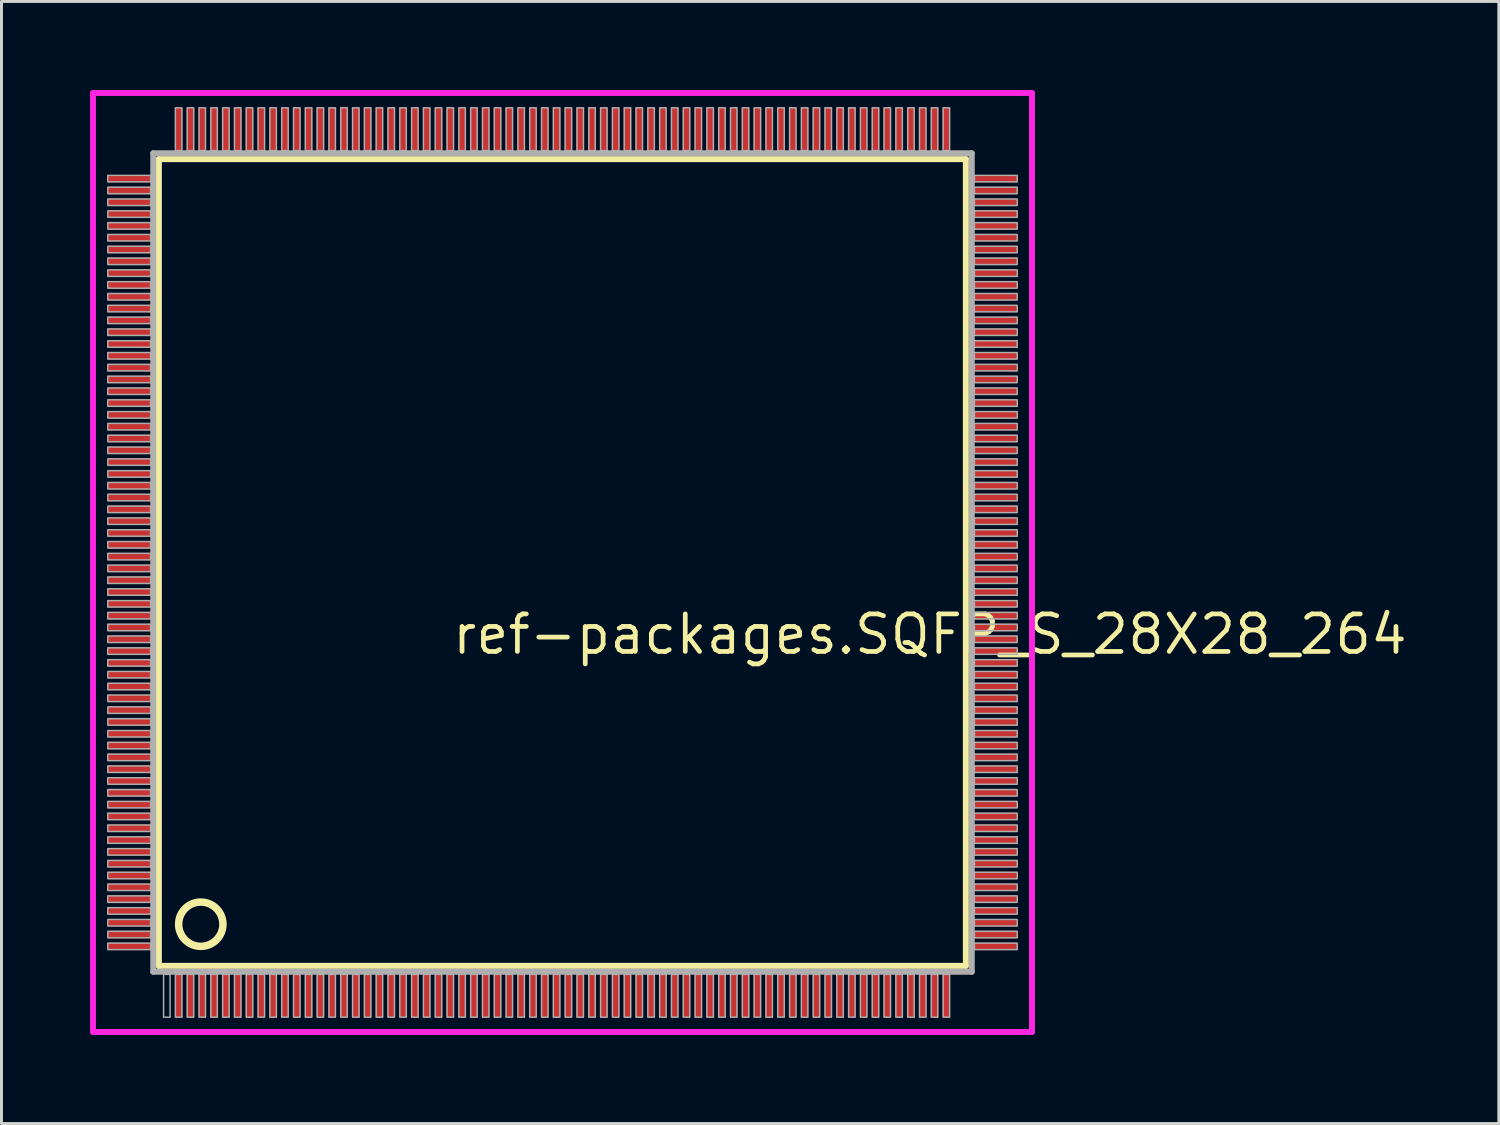
<source format=kicad_pcb>
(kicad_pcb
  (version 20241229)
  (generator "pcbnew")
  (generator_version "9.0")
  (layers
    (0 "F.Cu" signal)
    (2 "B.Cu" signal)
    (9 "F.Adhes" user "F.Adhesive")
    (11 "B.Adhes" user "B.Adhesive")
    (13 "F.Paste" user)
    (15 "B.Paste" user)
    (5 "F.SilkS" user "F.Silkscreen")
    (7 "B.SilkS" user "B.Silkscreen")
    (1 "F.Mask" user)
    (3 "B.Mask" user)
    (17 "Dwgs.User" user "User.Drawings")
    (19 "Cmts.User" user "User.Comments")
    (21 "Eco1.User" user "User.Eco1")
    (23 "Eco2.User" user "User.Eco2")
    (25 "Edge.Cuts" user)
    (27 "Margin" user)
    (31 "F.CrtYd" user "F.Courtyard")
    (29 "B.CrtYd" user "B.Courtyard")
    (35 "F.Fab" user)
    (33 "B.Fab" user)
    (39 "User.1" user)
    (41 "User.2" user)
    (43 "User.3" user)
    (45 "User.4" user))
  (footprint "ref-packages.SQFP_S_28X28_264"
    (layer "F.Cu")
    (at 16 16)
    (property "Reference" "ref-packages.SQFP_S_28X28_264" (at -3.81 3.175 0) (layer "F.SilkS") (effects (font (size 1.27 1.27) (thickness 0.16)) (justify left bottom)))
    (attr smd)
    (fp_line (start -13.67 -13.66) (end 13.66 -13.66) (stroke (width 0.203) (type default)) (layer "F.SilkS"))
    (fp_line (start -13.67 13.66) (end -13.67 -13.66) (stroke (width 0.203) (type default)) (layer "F.SilkS"))
    (fp_line (start 13.66 -13.66) (end 13.66 13.66) (stroke (width 0.203) (type default)) (layer "F.SilkS"))
    (fp_line (start 13.66 13.66) (end -13.67 13.66) (stroke (width 0.203) (type default)) (layer "F.SilkS"))
    (fp_circle (center -12.25 12.25) (end -11.5 12.25) (stroke (width 0.254) (type default)) (fill no) (layer "F.SilkS"))
    (fp_line (start -15.9 -15.9) (end 15.9 -15.9) (stroke (width 0.2) (type default)) (layer "F.CrtYd"))
    (fp_line (start -15.9 15.9) (end -15.9 -15.9) (stroke (width 0.2) (type default)) (layer "F.CrtYd"))
    (fp_line (start 15.9 -15.9) (end 15.9 15.9) (stroke (width 0.2) (type default)) (layer "F.CrtYd"))
    (fp_line (start 15.9 15.9) (end -15.9 15.9) (stroke (width 0.2) (type default)) (layer "F.CrtYd"))
    (fp_line (start -13.86 -13.86) (end -13.86 13.86) (stroke (width 0.203) (type default)) (layer "F.Fab"))
    (fp_line (start -13.86 13.86) (end 13.86 13.86) (stroke (width 0.203) (type default)) (layer "F.Fab"))
    (fp_line (start 13.86 -13.86) (end -13.86 -13.86) (stroke (width 0.203) (type default)) (layer "F.Fab"))
    (fp_line (start 13.86 13.86) (end 13.86 -13.86) (stroke (width 0.203) (type default)) (layer "F.Fab"))
    (fp_rect (start -15.4 -12.89) (end -13.95 -13.11) (stroke (width 0.05) (type default)) (fill no) (layer "F.Fab"))
    (fp_rect (start -15.4 -12.49) (end -13.95 -12.71) (stroke (width 0.05) (type default)) (fill no) (layer "F.Fab"))
    (fp_rect (start -15.4 -12.09) (end -13.95 -12.31) (stroke (width 0.05) (type default)) (fill no) (layer "F.Fab"))
    (fp_rect (start -15.4 -11.69) (end -13.95 -11.91) (stroke (width 0.05) (type default)) (fill no) (layer "F.Fab"))
    (fp_rect (start -15.4 -11.29) (end -13.95 -11.51) (stroke (width 0.05) (type default)) (fill no) (layer "F.Fab"))
    (fp_rect (start -15.4 -10.89) (end -13.95 -11.11) (stroke (width 0.05) (type default)) (fill no) (layer "F.Fab"))
    (fp_rect (start -15.4 -10.49) (end -13.95 -10.71) (stroke (width 0.05) (type default)) (fill no) (layer "F.Fab"))
    (fp_rect (start -15.4 -10.09) (end -13.95 -10.31) (stroke (width 0.05) (type default)) (fill no) (layer "F.Fab"))
    (fp_rect (start -15.4 -9.69) (end -13.95 -9.91) (stroke (width 0.05) (type default)) (fill no) (layer "F.Fab"))
    (fp_rect (start -15.4 -9.29) (end -13.95 -9.51) (stroke (width 0.05) (type default)) (fill no) (layer "F.Fab"))
    (fp_rect (start -15.4 -8.89) (end -13.95 -9.11) (stroke (width 0.05) (type default)) (fill no) (layer "F.Fab"))
    (fp_rect (start -15.4 -8.49) (end -13.95 -8.71) (stroke (width 0.05) (type default)) (fill no) (layer "F.Fab"))
    (fp_rect (start -15.4 -8.09) (end -13.95 -8.31) (stroke (width 0.05) (type default)) (fill no) (layer "F.Fab"))
    (fp_rect (start -15.4 -7.69) (end -13.95 -7.91) (stroke (width 0.05) (type default)) (fill no) (layer "F.Fab"))
    (fp_rect (start -15.4 -7.29) (end -13.95 -7.51) (stroke (width 0.05) (type default)) (fill no) (layer "F.Fab"))
    (fp_rect (start -15.4 -6.89) (end -13.95 -7.11) (stroke (width 0.05) (type default)) (fill no) (layer "F.Fab"))
    (fp_rect (start -15.4 -6.49) (end -13.95 -6.71) (stroke (width 0.05) (type default)) (fill no) (layer "F.Fab"))
    (fp_rect (start -15.4 -6.09) (end -13.95 -6.31) (stroke (width 0.05) (type default)) (fill no) (layer "F.Fab"))
    (fp_rect (start -15.4 -5.69) (end -13.95 -5.91) (stroke (width 0.05) (type default)) (fill no) (layer "F.Fab"))
    (fp_rect (start -15.4 -5.29) (end -13.95 -5.51) (stroke (width 0.05) (type default)) (fill no) (layer "F.Fab"))
    (fp_rect (start -15.4 -4.89) (end -13.95 -5.11) (stroke (width 0.05) (type default)) (fill no) (layer "F.Fab"))
    (fp_rect (start -15.4 -4.49) (end -13.95 -4.71) (stroke (width 0.05) (type default)) (fill no) (layer "F.Fab"))
    (fp_rect (start -15.4 -4.09) (end -13.95 -4.31) (stroke (width 0.05) (type default)) (fill no) (layer "F.Fab"))
    (fp_rect (start -15.4 -3.69) (end -13.95 -3.91) (stroke (width 0.05) (type default)) (fill no) (layer "F.Fab"))
    (fp_rect (start -15.4 -3.29) (end -13.95 -3.51) (stroke (width 0.05) (type default)) (fill no) (layer "F.Fab"))
    (fp_rect (start -15.4 -2.89) (end -13.95 -3.11) (stroke (width 0.05) (type default)) (fill no) (layer "F.Fab"))
    (fp_rect (start -15.4 -2.49) (end -13.95 -2.71) (stroke (width 0.05) (type default)) (fill no) (layer "F.Fab"))
    (fp_rect (start -15.4 -2.09) (end -13.95 -2.31) (stroke (width 0.05) (type default)) (fill no) (layer "F.Fab"))
    (fp_rect (start -15.4 -1.69) (end -13.95 -1.91) (stroke (width 0.05) (type default)) (fill no) (layer "F.Fab"))
    (fp_rect (start -15.4 -1.29) (end -13.95 -1.51) (stroke (width 0.05) (type default)) (fill no) (layer "F.Fab"))
    (fp_rect (start -15.4 -0.89) (end -13.95 -1.11) (stroke (width 0.05) (type default)) (fill no) (layer "F.Fab"))
    (fp_rect (start -15.4 -0.49) (end -13.95 -0.71) (stroke (width 0.05) (type default)) (fill no) (layer "F.Fab"))
    (fp_rect (start -15.4 -0.09) (end -13.95 -0.31) (stroke (width 0.05) (type default)) (fill no) (layer "F.Fab"))
    (fp_rect (start -15.4 0.31) (end -13.95 0.09) (stroke (width 0.05) (type default)) (fill no) (layer "F.Fab"))
    (fp_rect (start -15.4 0.71) (end -13.95 0.49) (stroke (width 0.05) (type default)) (fill no) (layer "F.Fab"))
    (fp_rect (start -15.4 1.11) (end -13.95 0.89) (stroke (width 0.05) (type default)) (fill no) (layer "F.Fab"))
    (fp_rect (start -15.4 1.51) (end -13.95 1.29) (stroke (width 0.05) (type default)) (fill no) (layer "F.Fab"))
    (fp_rect (start -15.4 1.91) (end -13.95 1.69) (stroke (width 0.05) (type default)) (fill no) (layer "F.Fab"))
    (fp_rect (start -15.4 2.31) (end -13.95 2.09) (stroke (width 0.05) (type default)) (fill no) (layer "F.Fab"))
    (fp_rect (start -15.4 2.71) (end -13.95 2.49) (stroke (width 0.05) (type default)) (fill no) (layer "F.Fab"))
    (fp_rect (start -15.4 3.11) (end -13.95 2.89) (stroke (width 0.05) (type default)) (fill no) (layer "F.Fab"))
    (fp_rect (start -15.4 3.51) (end -13.95 3.29) (stroke (width 0.05) (type default)) (fill no) (layer "F.Fab"))
    (fp_rect (start -15.4 3.91) (end -13.95 3.69) (stroke (width 0.05) (type default)) (fill no) (layer "F.Fab"))
    (fp_rect (start -15.4 4.31) (end -13.95 4.09) (stroke (width 0.05) (type default)) (fill no) (layer "F.Fab"))
    (fp_rect (start -15.4 4.71) (end -13.95 4.49) (stroke (width 0.05) (type default)) (fill no) (layer "F.Fab"))
    (fp_rect (start -15.4 5.11) (end -13.95 4.89) (stroke (width 0.05) (type default)) (fill no) (layer "F.Fab"))
    (fp_rect (start -15.4 5.51) (end -13.95 5.29) (stroke (width 0.05) (type default)) (fill no) (layer "F.Fab"))
    (fp_rect (start -15.4 5.91) (end -13.95 5.69) (stroke (width 0.05) (type default)) (fill no) (layer "F.Fab"))
    (fp_rect (start -15.4 6.31) (end -13.95 6.09) (stroke (width 0.05) (type default)) (fill no) (layer "F.Fab"))
    (fp_rect (start -15.4 6.71) (end -13.95 6.49) (stroke (width 0.05) (type default)) (fill no) (layer "F.Fab"))
    (fp_rect (start -15.4 7.11) (end -13.95 6.89) (stroke (width 0.05) (type default)) (fill no) (layer "F.Fab"))
    (fp_rect (start -15.4 7.51) (end -13.95 7.29) (stroke (width 0.05) (type default)) (fill no) (layer "F.Fab"))
    (fp_rect (start -15.4 7.91) (end -13.95 7.69) (stroke (width 0.05) (type default)) (fill no) (layer "F.Fab"))
    (fp_rect (start -15.4 8.31) (end -13.95 8.09) (stroke (width 0.05) (type default)) (fill no) (layer "F.Fab"))
    (fp_rect (start -15.4 8.71) (end -13.95 8.49) (stroke (width 0.05) (type default)) (fill no) (layer "F.Fab"))
    (fp_rect (start -15.4 9.11) (end -13.95 8.89) (stroke (width 0.05) (type default)) (fill no) (layer "F.Fab"))
    (fp_rect (start -15.4 9.51) (end -13.95 9.29) (stroke (width 0.05) (type default)) (fill no) (layer "F.Fab"))
    (fp_rect (start -15.4 9.91) (end -13.95 9.69) (stroke (width 0.05) (type default)) (fill no) (layer "F.Fab"))
    (fp_rect (start -15.4 10.31) (end -13.95 10.09) (stroke (width 0.05) (type default)) (fill no) (layer "F.Fab"))
    (fp_rect (start -15.4 10.71) (end -13.95 10.49) (stroke (width 0.05) (type default)) (fill no) (layer "F.Fab"))
    (fp_rect (start -15.4 11.11) (end -13.95 10.89) (stroke (width 0.05) (type default)) (fill no) (layer "F.Fab"))
    (fp_rect (start -15.4 11.51) (end -13.95 11.29) (stroke (width 0.05) (type default)) (fill no) (layer "F.Fab"))
    (fp_rect (start -15.4 11.91) (end -13.95 11.69) (stroke (width 0.05) (type default)) (fill no) (layer "F.Fab"))
    (fp_rect (start -15.4 12.31) (end -13.95 12.09) (stroke (width 0.05) (type default)) (fill no) (layer "F.Fab"))
    (fp_rect (start -15.4 12.71) (end -13.95 12.49) (stroke (width 0.05) (type default)) (fill no) (layer "F.Fab"))
    (fp_rect (start -15.4 13.11) (end -13.95 12.89) (stroke (width 0.05) (type default)) (fill no) (layer "F.Fab"))
    (fp_rect (start -13.51 15.4) (end -13.29 13.95) (stroke (width 0.05) (type default)) (fill no) (layer "F.Fab"))
    (fp_rect (start -13.11 -13.95) (end -12.89 -15.4) (stroke (width 0.05) (type default)) (fill no) (layer "F.Fab"))
    (fp_rect (start -13.11 15.4) (end -12.89 13.95) (stroke (width 0.05) (type default)) (fill no) (layer "F.Fab"))
    (fp_rect (start -12.71 -13.95) (end -12.49 -15.4) (stroke (width 0.05) (type default)) (fill no) (layer "F.Fab"))
    (fp_rect (start -12.71 15.4) (end -12.49 13.95) (stroke (width 0.05) (type default)) (fill no) (layer "F.Fab"))
    (fp_rect (start -12.31 -13.95) (end -12.09 -15.4) (stroke (width 0.05) (type default)) (fill no) (layer "F.Fab"))
    (fp_rect (start -12.31 15.4) (end -12.09 13.95) (stroke (width 0.05) (type default)) (fill no) (layer "F.Fab"))
    (fp_rect (start -11.91 -13.95) (end -11.69 -15.4) (stroke (width 0.05) (type default)) (fill no) (layer "F.Fab"))
    (fp_rect (start -11.91 15.4) (end -11.69 13.95) (stroke (width 0.05) (type default)) (fill no) (layer "F.Fab"))
    (fp_rect (start -11.51 -13.95) (end -11.29 -15.4) (stroke (width 0.05) (type default)) (fill no) (layer "F.Fab"))
    (fp_rect (start -11.51 15.4) (end -11.29 13.95) (stroke (width 0.05) (type default)) (fill no) (layer "F.Fab"))
    (fp_rect (start -11.11 -13.95) (end -10.89 -15.4) (stroke (width 0.05) (type default)) (fill no) (layer "F.Fab"))
    (fp_rect (start -11.11 15.4) (end -10.89 13.95) (stroke (width 0.05) (type default)) (fill no) (layer "F.Fab"))
    (fp_rect (start -10.71 -13.95) (end -10.49 -15.4) (stroke (width 0.05) (type default)) (fill no) (layer "F.Fab"))
    (fp_rect (start -10.71 15.4) (end -10.49 13.95) (stroke (width 0.05) (type default)) (fill no) (layer "F.Fab"))
    (fp_rect (start -10.31 -13.95) (end -10.09 -15.4) (stroke (width 0.05) (type default)) (fill no) (layer "F.Fab"))
    (fp_rect (start -10.31 15.4) (end -10.09 13.95) (stroke (width 0.05) (type default)) (fill no) (layer "F.Fab"))
    (fp_rect (start -9.91 -13.95) (end -9.69 -15.4) (stroke (width 0.05) (type default)) (fill no) (layer "F.Fab"))
    (fp_rect (start -9.91 15.4) (end -9.69 13.95) (stroke (width 0.05) (type default)) (fill no) (layer "F.Fab"))
    (fp_rect (start -9.51 -13.95) (end -9.29 -15.4) (stroke (width 0.05) (type default)) (fill no) (layer "F.Fab"))
    (fp_rect (start -9.51 15.4) (end -9.29 13.95) (stroke (width 0.05) (type default)) (fill no) (layer "F.Fab"))
    (fp_rect (start -9.11 -13.95) (end -8.89 -15.4) (stroke (width 0.05) (type default)) (fill no) (layer "F.Fab"))
    (fp_rect (start -9.11 15.4) (end -8.89 13.95) (stroke (width 0.05) (type default)) (fill no) (layer "F.Fab"))
    (fp_rect (start -8.71 -13.95) (end -8.49 -15.4) (stroke (width 0.05) (type default)) (fill no) (layer "F.Fab"))
    (fp_rect (start -8.71 15.4) (end -8.49 13.95) (stroke (width 0.05) (type default)) (fill no) (layer "F.Fab"))
    (fp_rect (start -8.31 -13.95) (end -8.09 -15.4) (stroke (width 0.05) (type default)) (fill no) (layer "F.Fab"))
    (fp_rect (start -8.31 15.4) (end -8.09 13.95) (stroke (width 0.05) (type default)) (fill no) (layer "F.Fab"))
    (fp_rect (start -7.91 -13.95) (end -7.69 -15.4) (stroke (width 0.05) (type default)) (fill no) (layer "F.Fab"))
    (fp_rect (start -7.91 15.4) (end -7.69 13.95) (stroke (width 0.05) (type default)) (fill no) (layer "F.Fab"))
    (fp_rect (start -7.51 -13.95) (end -7.29 -15.4) (stroke (width 0.05) (type default)) (fill no) (layer "F.Fab"))
    (fp_rect (start -7.51 15.4) (end -7.29 13.95) (stroke (width 0.05) (type default)) (fill no) (layer "F.Fab"))
    (fp_rect (start -7.11 -13.95) (end -6.89 -15.4) (stroke (width 0.05) (type default)) (fill no) (layer "F.Fab"))
    (fp_rect (start -7.11 15.4) (end -6.89 13.95) (stroke (width 0.05) (type default)) (fill no) (layer "F.Fab"))
    (fp_rect (start -6.71 -13.95) (end -6.49 -15.4) (stroke (width 0.05) (type default)) (fill no) (layer "F.Fab"))
    (fp_rect (start -6.71 15.4) (end -6.49 13.95) (stroke (width 0.05) (type default)) (fill no) (layer "F.Fab"))
    (fp_rect (start -6.31 -13.95) (end -6.09 -15.4) (stroke (width 0.05) (type default)) (fill no) (layer "F.Fab"))
    (fp_rect (start -6.31 15.4) (end -6.09 13.95) (stroke (width 0.05) (type default)) (fill no) (layer "F.Fab"))
    (fp_rect (start -5.91 -13.95) (end -5.69 -15.4) (stroke (width 0.05) (type default)) (fill no) (layer "F.Fab"))
    (fp_rect (start -5.91 15.4) (end -5.69 13.95) (stroke (width 0.05) (type default)) (fill no) (layer "F.Fab"))
    (fp_rect (start -5.51 -13.95) (end -5.29 -15.4) (stroke (width 0.05) (type default)) (fill no) (layer "F.Fab"))
    (fp_rect (start -5.51 15.4) (end -5.29 13.95) (stroke (width 0.05) (type default)) (fill no) (layer "F.Fab"))
    (fp_rect (start -5.11 -13.95) (end -4.89 -15.4) (stroke (width 0.05) (type default)) (fill no) (layer "F.Fab"))
    (fp_rect (start -5.11 15.4) (end -4.89 13.95) (stroke (width 0.05) (type default)) (fill no) (layer "F.Fab"))
    (fp_rect (start -4.71 -13.95) (end -4.49 -15.4) (stroke (width 0.05) (type default)) (fill no) (layer "F.Fab"))
    (fp_rect (start -4.71 15.4) (end -4.49 13.95) (stroke (width 0.05) (type default)) (fill no) (layer "F.Fab"))
    (fp_rect (start -4.31 -13.95) (end -4.09 -15.4) (stroke (width 0.05) (type default)) (fill no) (layer "F.Fab"))
    (fp_rect (start -4.31 15.4) (end -4.09 13.95) (stroke (width 0.05) (type default)) (fill no) (layer "F.Fab"))
    (fp_rect (start -3.91 -13.95) (end -3.69 -15.4) (stroke (width 0.05) (type default)) (fill no) (layer "F.Fab"))
    (fp_rect (start -3.91 15.4) (end -3.69 13.95) (stroke (width 0.05) (type default)) (fill no) (layer "F.Fab"))
    (fp_rect (start -3.51 -13.95) (end -3.29 -15.4) (stroke (width 0.05) (type default)) (fill no) (layer "F.Fab"))
    (fp_rect (start -3.51 15.4) (end -3.29 13.95) (stroke (width 0.05) (type default)) (fill no) (layer "F.Fab"))
    (fp_rect (start -3.11 -13.95) (end -2.89 -15.4) (stroke (width 0.05) (type default)) (fill no) (layer "F.Fab"))
    (fp_rect (start -3.11 15.4) (end -2.89 13.95) (stroke (width 0.05) (type default)) (fill no) (layer "F.Fab"))
    (fp_rect (start -2.71 -13.95) (end -2.49 -15.4) (stroke (width 0.05) (type default)) (fill no) (layer "F.Fab"))
    (fp_rect (start -2.71 15.4) (end -2.49 13.95) (stroke (width 0.05) (type default)) (fill no) (layer "F.Fab"))
    (fp_rect (start -2.31 -13.95) (end -2.09 -15.4) (stroke (width 0.05) (type default)) (fill no) (layer "F.Fab"))
    (fp_rect (start -2.31 15.4) (end -2.09 13.95) (stroke (width 0.05) (type default)) (fill no) (layer "F.Fab"))
    (fp_rect (start -1.91 -13.95) (end -1.69 -15.4) (stroke (width 0.05) (type default)) (fill no) (layer "F.Fab"))
    (fp_rect (start -1.91 15.4) (end -1.69 13.95) (stroke (width 0.05) (type default)) (fill no) (layer "F.Fab"))
    (fp_rect (start -1.51 -13.95) (end -1.29 -15.4) (stroke (width 0.05) (type default)) (fill no) (layer "F.Fab"))
    (fp_rect (start -1.51 15.4) (end -1.29 13.95) (stroke (width 0.05) (type default)) (fill no) (layer "F.Fab"))
    (fp_rect (start -1.11 -13.95) (end -0.89 -15.4) (stroke (width 0.05) (type default)) (fill no) (layer "F.Fab"))
    (fp_rect (start -1.11 15.4) (end -0.89 13.95) (stroke (width 0.05) (type default)) (fill no) (layer "F.Fab"))
    (fp_rect (start -0.71 -13.95) (end -0.49 -15.4) (stroke (width 0.05) (type default)) (fill no) (layer "F.Fab"))
    (fp_rect (start -0.71 15.4) (end -0.49 13.95) (stroke (width 0.05) (type default)) (fill no) (layer "F.Fab"))
    (fp_rect (start -0.31 -13.95) (end -0.09 -15.4) (stroke (width 0.05) (type default)) (fill no) (layer "F.Fab"))
    (fp_rect (start -0.31 15.4) (end -0.09 13.95) (stroke (width 0.05) (type default)) (fill no) (layer "F.Fab"))
    (fp_rect (start 0.09 -13.95) (end 0.31 -15.4) (stroke (width 0.05) (type default)) (fill no) (layer "F.Fab"))
    (fp_rect (start 0.09 15.4) (end 0.31 13.95) (stroke (width 0.05) (type default)) (fill no) (layer "F.Fab"))
    (fp_rect (start 0.49 -13.95) (end 0.71 -15.4) (stroke (width 0.05) (type default)) (fill no) (layer "F.Fab"))
    (fp_rect (start 0.49 15.4) (end 0.71 13.95) (stroke (width 0.05) (type default)) (fill no) (layer "F.Fab"))
    (fp_rect (start 0.89 -13.95) (end 1.11 -15.4) (stroke (width 0.05) (type default)) (fill no) (layer "F.Fab"))
    (fp_rect (start 0.89 15.4) (end 1.11 13.95) (stroke (width 0.05) (type default)) (fill no) (layer "F.Fab"))
    (fp_rect (start 1.29 -13.95) (end 1.51 -15.4) (stroke (width 0.05) (type default)) (fill no) (layer "F.Fab"))
    (fp_rect (start 1.29 15.4) (end 1.51 13.95) (stroke (width 0.05) (type default)) (fill no) (layer "F.Fab"))
    (fp_rect (start 1.69 -13.95) (end 1.91 -15.4) (stroke (width 0.05) (type default)) (fill no) (layer "F.Fab"))
    (fp_rect (start 1.69 15.4) (end 1.91 13.95) (stroke (width 0.05) (type default)) (fill no) (layer "F.Fab"))
    (fp_rect (start 2.09 -13.95) (end 2.31 -15.4) (stroke (width 0.05) (type default)) (fill no) (layer "F.Fab"))
    (fp_rect (start 2.09 15.4) (end 2.31 13.95) (stroke (width 0.05) (type default)) (fill no) (layer "F.Fab"))
    (fp_rect (start 2.49 -13.95) (end 2.71 -15.4) (stroke (width 0.05) (type default)) (fill no) (layer "F.Fab"))
    (fp_rect (start 2.49 15.4) (end 2.71 13.95) (stroke (width 0.05) (type default)) (fill no) (layer "F.Fab"))
    (fp_rect (start 2.89 -13.95) (end 3.11 -15.4) (stroke (width 0.05) (type default)) (fill no) (layer "F.Fab"))
    (fp_rect (start 2.89 15.4) (end 3.11 13.95) (stroke (width 0.05) (type default)) (fill no) (layer "F.Fab"))
    (fp_rect (start 3.29 -13.95) (end 3.51 -15.4) (stroke (width 0.05) (type default)) (fill no) (layer "F.Fab"))
    (fp_rect (start 3.29 15.4) (end 3.51 13.95) (stroke (width 0.05) (type default)) (fill no) (layer "F.Fab"))
    (fp_rect (start 3.69 -13.95) (end 3.91 -15.4) (stroke (width 0.05) (type default)) (fill no) (layer "F.Fab"))
    (fp_rect (start 3.69 15.4) (end 3.91 13.95) (stroke (width 0.05) (type default)) (fill no) (layer "F.Fab"))
    (fp_rect (start 4.09 -13.95) (end 4.31 -15.4) (stroke (width 0.05) (type default)) (fill no) (layer "F.Fab"))
    (fp_rect (start 4.09 15.4) (end 4.31 13.95) (stroke (width 0.05) (type default)) (fill no) (layer "F.Fab"))
    (fp_rect (start 4.49 -13.95) (end 4.71 -15.4) (stroke (width 0.05) (type default)) (fill no) (layer "F.Fab"))
    (fp_rect (start 4.49 15.4) (end 4.71 13.95) (stroke (width 0.05) (type default)) (fill no) (layer "F.Fab"))
    (fp_rect (start 4.89 -13.95) (end 5.11 -15.4) (stroke (width 0.05) (type default)) (fill no) (layer "F.Fab"))
    (fp_rect (start 4.89 15.4) (end 5.11 13.95) (stroke (width 0.05) (type default)) (fill no) (layer "F.Fab"))
    (fp_rect (start 5.29 -13.95) (end 5.51 -15.4) (stroke (width 0.05) (type default)) (fill no) (layer "F.Fab"))
    (fp_rect (start 5.29 15.4) (end 5.51 13.95) (stroke (width 0.05) (type default)) (fill no) (layer "F.Fab"))
    (fp_rect (start 5.69 -13.95) (end 5.91 -15.4) (stroke (width 0.05) (type default)) (fill no) (layer "F.Fab"))
    (fp_rect (start 5.69 15.4) (end 5.91 13.95) (stroke (width 0.05) (type default)) (fill no) (layer "F.Fab"))
    (fp_rect (start 6.09 -13.95) (end 6.31 -15.4) (stroke (width 0.05) (type default)) (fill no) (layer "F.Fab"))
    (fp_rect (start 6.09 15.4) (end 6.31 13.95) (stroke (width 0.05) (type default)) (fill no) (layer "F.Fab"))
    (fp_rect (start 6.49 -13.95) (end 6.71 -15.4) (stroke (width 0.05) (type default)) (fill no) (layer "F.Fab"))
    (fp_rect (start 6.49 15.4) (end 6.71 13.95) (stroke (width 0.05) (type default)) (fill no) (layer "F.Fab"))
    (fp_rect (start 6.89 -13.95) (end 7.11 -15.4) (stroke (width 0.05) (type default)) (fill no) (layer "F.Fab"))
    (fp_rect (start 6.89 15.4) (end 7.11 13.95) (stroke (width 0.05) (type default)) (fill no) (layer "F.Fab"))
    (fp_rect (start 7.29 -13.95) (end 7.51 -15.4) (stroke (width 0.05) (type default)) (fill no) (layer "F.Fab"))
    (fp_rect (start 7.29 15.4) (end 7.51 13.95) (stroke (width 0.05) (type default)) (fill no) (layer "F.Fab"))
    (fp_rect (start 7.69 -13.95) (end 7.91 -15.4) (stroke (width 0.05) (type default)) (fill no) (layer "F.Fab"))
    (fp_rect (start 7.69 15.4) (end 7.91 13.95) (stroke (width 0.05) (type default)) (fill no) (layer "F.Fab"))
    (fp_rect (start 8.09 -13.95) (end 8.31 -15.4) (stroke (width 0.05) (type default)) (fill no) (layer "F.Fab"))
    (fp_rect (start 8.09 15.4) (end 8.31 13.95) (stroke (width 0.05) (type default)) (fill no) (layer "F.Fab"))
    (fp_rect (start 8.49 -13.95) (end 8.71 -15.4) (stroke (width 0.05) (type default)) (fill no) (layer "F.Fab"))
    (fp_rect (start 8.49 15.4) (end 8.71 13.95) (stroke (width 0.05) (type default)) (fill no) (layer "F.Fab"))
    (fp_rect (start 8.89 -13.95) (end 9.11 -15.4) (stroke (width 0.05) (type default)) (fill no) (layer "F.Fab"))
    (fp_rect (start 8.89 15.4) (end 9.11 13.95) (stroke (width 0.05) (type default)) (fill no) (layer "F.Fab"))
    (fp_rect (start 9.29 -13.95) (end 9.51 -15.4) (stroke (width 0.05) (type default)) (fill no) (layer "F.Fab"))
    (fp_rect (start 9.29 15.4) (end 9.51 13.95) (stroke (width 0.05) (type default)) (fill no) (layer "F.Fab"))
    (fp_rect (start 9.69 -13.95) (end 9.91 -15.4) (stroke (width 0.05) (type default)) (fill no) (layer "F.Fab"))
    (fp_rect (start 9.69 15.4) (end 9.91 13.95) (stroke (width 0.05) (type default)) (fill no) (layer "F.Fab"))
    (fp_rect (start 10.09 -13.95) (end 10.31 -15.4) (stroke (width 0.05) (type default)) (fill no) (layer "F.Fab"))
    (fp_rect (start 10.09 15.4) (end 10.31 13.95) (stroke (width 0.05) (type default)) (fill no) (layer "F.Fab"))
    (fp_rect (start 10.49 -13.95) (end 10.71 -15.4) (stroke (width 0.05) (type default)) (fill no) (layer "F.Fab"))
    (fp_rect (start 10.49 15.4) (end 10.71 13.95) (stroke (width 0.05) (type default)) (fill no) (layer "F.Fab"))
    (fp_rect (start 10.89 -13.95) (end 11.11 -15.4) (stroke (width 0.05) (type default)) (fill no) (layer "F.Fab"))
    (fp_rect (start 10.89 15.4) (end 11.11 13.95) (stroke (width 0.05) (type default)) (fill no) (layer "F.Fab"))
    (fp_rect (start 11.29 -13.95) (end 11.51 -15.4) (stroke (width 0.05) (type default)) (fill no) (layer "F.Fab"))
    (fp_rect (start 11.29 15.4) (end 11.51 13.95) (stroke (width 0.05) (type default)) (fill no) (layer "F.Fab"))
    (fp_rect (start 11.69 -13.95) (end 11.91 -15.4) (stroke (width 0.05) (type default)) (fill no) (layer "F.Fab"))
    (fp_rect (start 11.69 15.4) (end 11.91 13.95) (stroke (width 0.05) (type default)) (fill no) (layer "F.Fab"))
    (fp_rect (start 12.09 -13.95) (end 12.31 -15.4) (stroke (width 0.05) (type default)) (fill no) (layer "F.Fab"))
    (fp_rect (start 12.09 15.4) (end 12.31 13.95) (stroke (width 0.05) (type default)) (fill no) (layer "F.Fab"))
    (fp_rect (start 12.49 -13.95) (end 12.71 -15.4) (stroke (width 0.05) (type default)) (fill no) (layer "F.Fab"))
    (fp_rect (start 12.49 15.4) (end 12.71 13.95) (stroke (width 0.05) (type default)) (fill no) (layer "F.Fab"))
    (fp_rect (start 12.89 -13.95) (end 13.11 -15.4) (stroke (width 0.05) (type default)) (fill no) (layer "F.Fab"))
    (fp_rect (start 12.89 15.4) (end 13.11 13.95) (stroke (width 0.05) (type default)) (fill no) (layer "F.Fab"))
    (fp_rect (start 13.95 -12.89) (end 15.4 -13.11) (stroke (width 0.05) (type default)) (fill no) (layer "F.Fab"))
    (fp_rect (start 13.95 -12.49) (end 15.4 -12.71) (stroke (width 0.05) (type default)) (fill no) (layer "F.Fab"))
    (fp_rect (start 13.95 -12.09) (end 15.4 -12.31) (stroke (width 0.05) (type default)) (fill no) (layer "F.Fab"))
    (fp_rect (start 13.95 -11.69) (end 15.4 -11.91) (stroke (width 0.05) (type default)) (fill no) (layer "F.Fab"))
    (fp_rect (start 13.95 -11.29) (end 15.4 -11.51) (stroke (width 0.05) (type default)) (fill no) (layer "F.Fab"))
    (fp_rect (start 13.95 -10.89) (end 15.4 -11.11) (stroke (width 0.05) (type default)) (fill no) (layer "F.Fab"))
    (fp_rect (start 13.95 -10.49) (end 15.4 -10.71) (stroke (width 0.05) (type default)) (fill no) (layer "F.Fab"))
    (fp_rect (start 13.95 -10.09) (end 15.4 -10.31) (stroke (width 0.05) (type default)) (fill no) (layer "F.Fab"))
    (fp_rect (start 13.95 -9.69) (end 15.4 -9.91) (stroke (width 0.05) (type default)) (fill no) (layer "F.Fab"))
    (fp_rect (start 13.95 -9.29) (end 15.4 -9.51) (stroke (width 0.05) (type default)) (fill no) (layer "F.Fab"))
    (fp_rect (start 13.95 -8.89) (end 15.4 -9.11) (stroke (width 0.05) (type default)) (fill no) (layer "F.Fab"))
    (fp_rect (start 13.95 -8.49) (end 15.4 -8.71) (stroke (width 0.05) (type default)) (fill no) (layer "F.Fab"))
    (fp_rect (start 13.95 -8.09) (end 15.4 -8.31) (stroke (width 0.05) (type default)) (fill no) (layer "F.Fab"))
    (fp_rect (start 13.95 -7.69) (end 15.4 -7.91) (stroke (width 0.05) (type default)) (fill no) (layer "F.Fab"))
    (fp_rect (start 13.95 -7.29) (end 15.4 -7.51) (stroke (width 0.05) (type default)) (fill no) (layer "F.Fab"))
    (fp_rect (start 13.95 -6.89) (end 15.4 -7.11) (stroke (width 0.05) (type default)) (fill no) (layer "F.Fab"))
    (fp_rect (start 13.95 -6.49) (end 15.4 -6.71) (stroke (width 0.05) (type default)) (fill no) (layer "F.Fab"))
    (fp_rect (start 13.95 -6.09) (end 15.4 -6.31) (stroke (width 0.05) (type default)) (fill no) (layer "F.Fab"))
    (fp_rect (start 13.95 -5.69) (end 15.4 -5.91) (stroke (width 0.05) (type default)) (fill no) (layer "F.Fab"))
    (fp_rect (start 13.95 -5.29) (end 15.4 -5.51) (stroke (width 0.05) (type default)) (fill no) (layer "F.Fab"))
    (fp_rect (start 13.95 -4.89) (end 15.4 -5.11) (stroke (width 0.05) (type default)) (fill no) (layer "F.Fab"))
    (fp_rect (start 13.95 -4.49) (end 15.4 -4.71) (stroke (width 0.05) (type default)) (fill no) (layer "F.Fab"))
    (fp_rect (start 13.95 -4.09) (end 15.4 -4.31) (stroke (width 0.05) (type default)) (fill no) (layer "F.Fab"))
    (fp_rect (start 13.95 -3.69) (end 15.4 -3.91) (stroke (width 0.05) (type default)) (fill no) (layer "F.Fab"))
    (fp_rect (start 13.95 -3.29) (end 15.4 -3.51) (stroke (width 0.05) (type default)) (fill no) (layer "F.Fab"))
    (fp_rect (start 13.95 -2.89) (end 15.4 -3.11) (stroke (width 0.05) (type default)) (fill no) (layer "F.Fab"))
    (fp_rect (start 13.95 -2.49) (end 15.4 -2.71) (stroke (width 0.05) (type default)) (fill no) (layer "F.Fab"))
    (fp_rect (start 13.95 -2.09) (end 15.4 -2.31) (stroke (width 0.05) (type default)) (fill no) (layer "F.Fab"))
    (fp_rect (start 13.95 -1.69) (end 15.4 -1.91) (stroke (width 0.05) (type default)) (fill no) (layer "F.Fab"))
    (fp_rect (start 13.95 -1.29) (end 15.4 -1.51) (stroke (width 0.05) (type default)) (fill no) (layer "F.Fab"))
    (fp_rect (start 13.95 -0.89) (end 15.4 -1.11) (stroke (width 0.05) (type default)) (fill no) (layer "F.Fab"))
    (fp_rect (start 13.95 -0.49) (end 15.4 -0.71) (stroke (width 0.05) (type default)) (fill no) (layer "F.Fab"))
    (fp_rect (start 13.95 -0.09) (end 15.4 -0.31) (stroke (width 0.05) (type default)) (fill no) (layer "F.Fab"))
    (fp_rect (start 13.95 0.31) (end 15.4 0.09) (stroke (width 0.05) (type default)) (fill no) (layer "F.Fab"))
    (fp_rect (start 13.95 0.71) (end 15.4 0.49) (stroke (width 0.05) (type default)) (fill no) (layer "F.Fab"))
    (fp_rect (start 13.95 1.11) (end 15.4 0.89) (stroke (width 0.05) (type default)) (fill no) (layer "F.Fab"))
    (fp_rect (start 13.95 1.51) (end 15.4 1.29) (stroke (width 0.05) (type default)) (fill no) (layer "F.Fab"))
    (fp_rect (start 13.95 1.91) (end 15.4 1.69) (stroke (width 0.05) (type default)) (fill no) (layer "F.Fab"))
    (fp_rect (start 13.95 2.31) (end 15.4 2.09) (stroke (width 0.05) (type default)) (fill no) (layer "F.Fab"))
    (fp_rect (start 13.95 2.71) (end 15.4 2.49) (stroke (width 0.05) (type default)) (fill no) (layer "F.Fab"))
    (fp_rect (start 13.95 3.11) (end 15.4 2.89) (stroke (width 0.05) (type default)) (fill no) (layer "F.Fab"))
    (fp_rect (start 13.95 3.51) (end 15.4 3.29) (stroke (width 0.05) (type default)) (fill no) (layer "F.Fab"))
    (fp_rect (start 13.95 3.91) (end 15.4 3.69) (stroke (width 0.05) (type default)) (fill no) (layer "F.Fab"))
    (fp_rect (start 13.95 4.31) (end 15.4 4.09) (stroke (width 0.05) (type default)) (fill no) (layer "F.Fab"))
    (fp_rect (start 13.95 4.71) (end 15.4 4.49) (stroke (width 0.05) (type default)) (fill no) (layer "F.Fab"))
    (fp_rect (start 13.95 5.11) (end 15.4 4.89) (stroke (width 0.05) (type default)) (fill no) (layer "F.Fab"))
    (fp_rect (start 13.95 5.51) (end 15.4 5.29) (stroke (width 0.05) (type default)) (fill no) (layer "F.Fab"))
    (fp_rect (start 13.95 5.91) (end 15.4 5.69) (stroke (width 0.05) (type default)) (fill no) (layer "F.Fab"))
    (fp_rect (start 13.95 6.31) (end 15.4 6.09) (stroke (width 0.05) (type default)) (fill no) (layer "F.Fab"))
    (fp_rect (start 13.95 6.71) (end 15.4 6.49) (stroke (width 0.05) (type default)) (fill no) (layer "F.Fab"))
    (fp_rect (start 13.95 7.11) (end 15.4 6.89) (stroke (width 0.05) (type default)) (fill no) (layer "F.Fab"))
    (fp_rect (start 13.95 7.51) (end 15.4 7.29) (stroke (width 0.05) (type default)) (fill no) (layer "F.Fab"))
    (fp_rect (start 13.95 7.91) (end 15.4 7.69) (stroke (width 0.05) (type default)) (fill no) (layer "F.Fab"))
    (fp_rect (start 13.95 8.31) (end 15.4 8.09) (stroke (width 0.05) (type default)) (fill no) (layer "F.Fab"))
    (fp_rect (start 13.95 8.71) (end 15.4 8.49) (stroke (width 0.05) (type default)) (fill no) (layer "F.Fab"))
    (fp_rect (start 13.95 9.11) (end 15.4 8.89) (stroke (width 0.05) (type default)) (fill no) (layer "F.Fab"))
    (fp_rect (start 13.95 9.51) (end 15.4 9.29) (stroke (width 0.05) (type default)) (fill no) (layer "F.Fab"))
    (fp_rect (start 13.95 9.91) (end 15.4 9.69) (stroke (width 0.05) (type default)) (fill no) (layer "F.Fab"))
    (fp_rect (start 13.95 10.31) (end 15.4 10.09) (stroke (width 0.05) (type default)) (fill no) (layer "F.Fab"))
    (fp_rect (start 13.95 10.71) (end 15.4 10.49) (stroke (width 0.05) (type default)) (fill no) (layer "F.Fab"))
    (fp_rect (start 13.95 11.11) (end 15.4 10.89) (stroke (width 0.05) (type default)) (fill no) (layer "F.Fab"))
    (fp_rect (start 13.95 11.51) (end 15.4 11.29) (stroke (width 0.05) (type default)) (fill no) (layer "F.Fab"))
    (fp_rect (start 13.95 11.91) (end 15.4 11.69) (stroke (width 0.05) (type default)) (fill no) (layer "F.Fab"))
    (fp_rect (start 13.95 12.31) (end 15.4 12.09) (stroke (width 0.05) (type default)) (fill no) (layer "F.Fab"))
    (fp_rect (start 13.95 12.71) (end 15.4 12.49) (stroke (width 0.05) (type default)) (fill no) (layer "F.Fab"))
    (fp_rect (start 13.95 13.11) (end 15.4 12.89) (stroke (width 0.05) (type default)) (fill no) (layer "F.Fab"))
    (pad "1" smd roundrect (at -13 14.6) (size 0.25 1.6) (layers "F.Cu" "F.Mask" "F.Paste") (roundrect_rratio 0.01))
    (pad "2" smd roundrect (at -12.6 14.6) (size 0.25 1.6) (layers "F.Cu" "F.Mask" "F.Paste") (roundrect_rratio 0.01))
    (pad "3" smd roundrect (at -12.2 14.6) (size 0.25 1.6) (layers "F.Cu" "F.Mask" "F.Paste") (roundrect_rratio 0.01))
    (pad "4" smd roundrect (at -11.8 14.6) (size 0.25 1.6) (layers "F.Cu" "F.Mask" "F.Paste") (roundrect_rratio 0.01))
    (pad "5" smd roundrect (at -11.4 14.6) (size 0.25 1.6) (layers "F.Cu" "F.Mask" "F.Paste") (roundrect_rratio 0.01))
    (pad "6" smd roundrect (at -11 14.6) (size 0.25 1.6) (layers "F.Cu" "F.Mask" "F.Paste") (roundrect_rratio 0.01))
    (pad "7" smd roundrect (at -10.6 14.6) (size 0.25 1.6) (layers "F.Cu" "F.Mask" "F.Paste") (roundrect_rratio 0.01))
    (pad "8" smd roundrect (at -10.2 14.6) (size 0.25 1.6) (layers "F.Cu" "F.Mask" "F.Paste") (roundrect_rratio 0.01))
    (pad "9" smd roundrect (at -9.8 14.6) (size 0.25 1.6) (layers "F.Cu" "F.Mask" "F.Paste") (roundrect_rratio 0.01))
    (pad "10" smd roundrect (at -9.4 14.6) (size 0.25 1.6) (layers "F.Cu" "F.Mask" "F.Paste") (roundrect_rratio 0.01))
    (pad "11" smd roundrect (at -9 14.6) (size 0.25 1.6) (layers "F.Cu" "F.Mask" "F.Paste") (roundrect_rratio 0.01))
    (pad "12" smd roundrect (at -8.6 14.6) (size 0.25 1.6) (layers "F.Cu" "F.Mask" "F.Paste") (roundrect_rratio 0.01))
    (pad "13" smd roundrect (at -8.2 14.6) (size 0.25 1.6) (layers "F.Cu" "F.Mask" "F.Paste") (roundrect_rratio 0.01))
    (pad "14" smd roundrect (at -7.8 14.6) (size 0.25 1.6) (layers "F.Cu" "F.Mask" "F.Paste") (roundrect_rratio 0.01))
    (pad "15" smd roundrect (at -7.4 14.6) (size 0.25 1.6) (layers "F.Cu" "F.Mask" "F.Paste") (roundrect_rratio 0.01))
    (pad "16" smd roundrect (at -7 14.6) (size 0.25 1.6) (layers "F.Cu" "F.Mask" "F.Paste") (roundrect_rratio 0.01))
    (pad "17" smd roundrect (at -6.6 14.6) (size 0.25 1.6) (layers "F.Cu" "F.Mask" "F.Paste") (roundrect_rratio 0.01))
    (pad "18" smd roundrect (at -6.2 14.6) (size 0.25 1.6) (layers "F.Cu" "F.Mask" "F.Paste") (roundrect_rratio 0.01))
    (pad "19" smd roundrect (at -5.8 14.6) (size 0.25 1.6) (layers "F.Cu" "F.Mask" "F.Paste") (roundrect_rratio 0.01))
    (pad "20" smd roundrect (at -5.4 14.6) (size 0.25 1.6) (layers "F.Cu" "F.Mask" "F.Paste") (roundrect_rratio 0.01))
    (pad "21" smd roundrect (at -5 14.6) (size 0.25 1.6) (layers "F.Cu" "F.Mask" "F.Paste") (roundrect_rratio 0.01))
    (pad "22" smd roundrect (at -4.6 14.6) (size 0.25 1.6) (layers "F.Cu" "F.Mask" "F.Paste") (roundrect_rratio 0.01))
    (pad "23" smd roundrect (at -4.2 14.6) (size 0.25 1.6) (layers "F.Cu" "F.Mask" "F.Paste") (roundrect_rratio 0.01))
    (pad "24" smd roundrect (at -3.8 14.6) (size 0.25 1.6) (layers "F.Cu" "F.Mask" "F.Paste") (roundrect_rratio 0.01))
    (pad "25" smd roundrect (at -3.4 14.6) (size 0.25 1.6) (layers "F.Cu" "F.Mask" "F.Paste") (roundrect_rratio 0.01))
    (pad "26" smd roundrect (at -3 14.6) (size 0.25 1.6) (layers "F.Cu" "F.Mask" "F.Paste") (roundrect_rratio 0.01))
    (pad "27" smd roundrect (at -2.6 14.6) (size 0.25 1.6) (layers "F.Cu" "F.Mask" "F.Paste") (roundrect_rratio 0.01))
    (pad "28" smd roundrect (at -2.2 14.6) (size 0.25 1.6) (layers "F.Cu" "F.Mask" "F.Paste") (roundrect_rratio 0.01))
    (pad "29" smd roundrect (at -1.8 14.6) (size 0.25 1.6) (layers "F.Cu" "F.Mask" "F.Paste") (roundrect_rratio 0.01))
    (pad "30" smd roundrect (at -1.4 14.6) (size 0.25 1.6) (layers "F.Cu" "F.Mask" "F.Paste") (roundrect_rratio 0.01))
    (pad "31" smd roundrect (at -1 14.6) (size 0.25 1.6) (layers "F.Cu" "F.Mask" "F.Paste") (roundrect_rratio 0.01))
    (pad "32" smd roundrect (at -0.6 14.6) (size 0.25 1.6) (layers "F.Cu" "F.Mask" "F.Paste") (roundrect_rratio 0.01))
    (pad "33" smd roundrect (at -0.2 14.6) (size 0.25 1.6) (layers "F.Cu" "F.Mask" "F.Paste") (roundrect_rratio 0.01))
    (pad "34" smd roundrect (at 0.2 14.6) (size 0.25 1.6) (layers "F.Cu" "F.Mask" "F.Paste") (roundrect_rratio 0.01))
    (pad "35" smd roundrect (at 0.6 14.6) (size 0.25 1.6) (layers "F.Cu" "F.Mask" "F.Paste") (roundrect_rratio 0.01))
    (pad "36" smd roundrect (at 1 14.6) (size 0.25 1.6) (layers "F.Cu" "F.Mask" "F.Paste") (roundrect_rratio 0.01))
    (pad "37" smd roundrect (at 1.4 14.6) (size 0.25 1.6) (layers "F.Cu" "F.Mask" "F.Paste") (roundrect_rratio 0.01))
    (pad "38" smd roundrect (at 1.8 14.6) (size 0.25 1.6) (layers "F.Cu" "F.Mask" "F.Paste") (roundrect_rratio 0.01))
    (pad "39" smd roundrect (at 2.2 14.6) (size 0.25 1.6) (layers "F.Cu" "F.Mask" "F.Paste") (roundrect_rratio 0.01))
    (pad "40" smd roundrect (at 2.6 14.6) (size 0.25 1.6) (layers "F.Cu" "F.Mask" "F.Paste") (roundrect_rratio 0.01))
    (pad "41" smd roundrect (at 3 14.6) (size 0.25 1.6) (layers "F.Cu" "F.Mask" "F.Paste") (roundrect_rratio 0.01))
    (pad "42" smd roundrect (at 3.4 14.6) (size 0.25 1.6) (layers "F.Cu" "F.Mask" "F.Paste") (roundrect_rratio 0.01))
    (pad "43" smd roundrect (at 3.8 14.6) (size 0.25 1.6) (layers "F.Cu" "F.Mask" "F.Paste") (roundrect_rratio 0.01))
    (pad "44" smd roundrect (at 4.2 14.6) (size 0.25 1.6) (layers "F.Cu" "F.Mask" "F.Paste") (roundrect_rratio 0.01))
    (pad "45" smd roundrect (at 4.6 14.6) (size 0.25 1.6) (layers "F.Cu" "F.Mask" "F.Paste") (roundrect_rratio 0.01))
    (pad "46" smd roundrect (at 5 14.6) (size 0.25 1.6) (layers "F.Cu" "F.Mask" "F.Paste") (roundrect_rratio 0.01))
    (pad "47" smd roundrect (at 5.4 14.6) (size 0.25 1.6) (layers "F.Cu" "F.Mask" "F.Paste") (roundrect_rratio 0.01))
    (pad "48" smd roundrect (at 5.8 14.6) (size 0.25 1.6) (layers "F.Cu" "F.Mask" "F.Paste") (roundrect_rratio 0.01))
    (pad "49" smd roundrect (at 6.2 14.6) (size 0.25 1.6) (layers "F.Cu" "F.Mask" "F.Paste") (roundrect_rratio 0.01))
    (pad "50" smd roundrect (at 6.6 14.6) (size 0.25 1.6) (layers "F.Cu" "F.Mask" "F.Paste") (roundrect_rratio 0.01))
    (pad "51" smd roundrect (at 7 14.6) (size 0.25 1.6) (layers "F.Cu" "F.Mask" "F.Paste") (roundrect_rratio 0.01))
    (pad "52" smd roundrect (at 7.4 14.6) (size 0.25 1.6) (layers "F.Cu" "F.Mask" "F.Paste") (roundrect_rratio 0.01))
    (pad "53" smd roundrect (at 7.8 14.6) (size 0.25 1.6) (layers "F.Cu" "F.Mask" "F.Paste") (roundrect_rratio 0.01))
    (pad "54" smd roundrect (at 8.2 14.6) (size 0.25 1.6) (layers "F.Cu" "F.Mask" "F.Paste") (roundrect_rratio 0.01))
    (pad "55" smd roundrect (at 8.6 14.6) (size 0.25 1.6) (layers "F.Cu" "F.Mask" "F.Paste") (roundrect_rratio 0.01))
    (pad "56" smd roundrect (at 9 14.6) (size 0.25 1.6) (layers "F.Cu" "F.Mask" "F.Paste") (roundrect_rratio 0.01))
    (pad "57" smd roundrect (at 9.4 14.6) (size 0.25 1.6) (layers "F.Cu" "F.Mask" "F.Paste") (roundrect_rratio 0.01))
    (pad "58" smd roundrect (at 9.8 14.6) (size 0.25 1.6) (layers "F.Cu" "F.Mask" "F.Paste") (roundrect_rratio 0.01))
    (pad "59" smd roundrect (at 10.2 14.6) (size 0.25 1.6) (layers "F.Cu" "F.Mask" "F.Paste") (roundrect_rratio 0.01))
    (pad "60" smd roundrect (at 10.6 14.6) (size 0.25 1.6) (layers "F.Cu" "F.Mask" "F.Paste") (roundrect_rratio 0.01))
    (pad "61" smd roundrect (at 11 14.6) (size 0.25 1.6) (layers "F.Cu" "F.Mask" "F.Paste") (roundrect_rratio 0.01))
    (pad "62" smd roundrect (at 11.4 14.6) (size 0.25 1.6) (layers "F.Cu" "F.Mask" "F.Paste") (roundrect_rratio 0.01))
    (pad "63" smd roundrect (at 11.8 14.6) (size 0.25 1.6) (layers "F.Cu" "F.Mask" "F.Paste") (roundrect_rratio 0.01))
    (pad "64" smd roundrect (at 12.2 14.6) (size 0.25 1.6) (layers "F.Cu" "F.Mask" "F.Paste") (roundrect_rratio 0.01))
    (pad "65" smd roundrect (at 12.6 14.6) (size 0.25 1.6) (layers "F.Cu" "F.Mask" "F.Paste") (roundrect_rratio 0.01))
    (pad "66" smd roundrect (at 13 14.6) (size 0.25 1.6) (layers "F.Cu" "F.Mask" "F.Paste") (roundrect_rratio 0.01))
    (pad "67" smd roundrect (at 14.6 13) (size 1.6 0.25) (layers "F.Cu" "F.Mask" "F.Paste") (roundrect_rratio 0.01))
    (pad "68" smd roundrect (at 14.6 12.6) (size 1.6 0.25) (layers "F.Cu" "F.Mask" "F.Paste") (roundrect_rratio 0.01))
    (pad "69" smd roundrect (at 14.6 12.2) (size 1.6 0.25) (layers "F.Cu" "F.Mask" "F.Paste") (roundrect_rratio 0.01))
    (pad "70" smd roundrect (at 14.6 11.8) (size 1.6 0.25) (layers "F.Cu" "F.Mask" "F.Paste") (roundrect_rratio 0.01))
    (pad "71" smd roundrect (at 14.6 11.4) (size 1.6 0.25) (layers "F.Cu" "F.Mask" "F.Paste") (roundrect_rratio 0.01))
    (pad "72" smd roundrect (at 14.6 11) (size 1.6 0.25) (layers "F.Cu" "F.Mask" "F.Paste") (roundrect_rratio 0.01))
    (pad "73" smd roundrect (at 14.6 10.6) (size 1.6 0.25) (layers "F.Cu" "F.Mask" "F.Paste") (roundrect_rratio 0.01))
    (pad "74" smd roundrect (at 14.6 10.2) (size 1.6 0.25) (layers "F.Cu" "F.Mask" "F.Paste") (roundrect_rratio 0.01))
    (pad "75" smd roundrect (at 14.6 9.8) (size 1.6 0.25) (layers "F.Cu" "F.Mask" "F.Paste") (roundrect_rratio 0.01))
    (pad "76" smd roundrect (at 14.6 9.4) (size 1.6 0.25) (layers "F.Cu" "F.Mask" "F.Paste") (roundrect_rratio 0.01))
    (pad "77" smd roundrect (at 14.6 9) (size 1.6 0.25) (layers "F.Cu" "F.Mask" "F.Paste") (roundrect_rratio 0.01))
    (pad "78" smd roundrect (at 14.6 8.6) (size 1.6 0.25) (layers "F.Cu" "F.Mask" "F.Paste") (roundrect_rratio 0.01))
    (pad "79" smd roundrect (at 14.6 8.2) (size 1.6 0.25) (layers "F.Cu" "F.Mask" "F.Paste") (roundrect_rratio 0.01))
    (pad "80" smd roundrect (at 14.6 7.8) (size 1.6 0.25) (layers "F.Cu" "F.Mask" "F.Paste") (roundrect_rratio 0.01))
    (pad "81" smd roundrect (at 14.6 7.4) (size 1.6 0.25) (layers "F.Cu" "F.Mask" "F.Paste") (roundrect_rratio 0.01))
    (pad "82" smd roundrect (at 14.6 7) (size 1.6 0.25) (layers "F.Cu" "F.Mask" "F.Paste") (roundrect_rratio 0.01))
    (pad "83" smd roundrect (at 14.6 6.6) (size 1.6 0.25) (layers "F.Cu" "F.Mask" "F.Paste") (roundrect_rratio 0.01))
    (pad "84" smd roundrect (at 14.6 6.2) (size 1.6 0.25) (layers "F.Cu" "F.Mask" "F.Paste") (roundrect_rratio 0.01))
    (pad "85" smd roundrect (at 14.6 5.8) (size 1.6 0.25) (layers "F.Cu" "F.Mask" "F.Paste") (roundrect_rratio 0.01))
    (pad "86" smd roundrect (at 14.6 5.4) (size 1.6 0.25) (layers "F.Cu" "F.Mask" "F.Paste") (roundrect_rratio 0.01))
    (pad "87" smd roundrect (at 14.6 5) (size 1.6 0.25) (layers "F.Cu" "F.Mask" "F.Paste") (roundrect_rratio 0.01))
    (pad "88" smd roundrect (at 14.6 4.6) (size 1.6 0.25) (layers "F.Cu" "F.Mask" "F.Paste") (roundrect_rratio 0.01))
    (pad "89" smd roundrect (at 14.6 4.2) (size 1.6 0.25) (layers "F.Cu" "F.Mask" "F.Paste") (roundrect_rratio 0.01))
    (pad "90" smd roundrect (at 14.6 3.8) (size 1.6 0.25) (layers "F.Cu" "F.Mask" "F.Paste") (roundrect_rratio 0.01))
    (pad "91" smd roundrect (at 14.6 3.4) (size 1.6 0.25) (layers "F.Cu" "F.Mask" "F.Paste") (roundrect_rratio 0.01))
    (pad "92" smd roundrect (at 14.6 3) (size 1.6 0.25) (layers "F.Cu" "F.Mask" "F.Paste") (roundrect_rratio 0.01))
    (pad "93" smd roundrect (at 14.6 2.6) (size 1.6 0.25) (layers "F.Cu" "F.Mask" "F.Paste") (roundrect_rratio 0.01))
    (pad "94" smd roundrect (at 14.6 2.2) (size 1.6 0.25) (layers "F.Cu" "F.Mask" "F.Paste") (roundrect_rratio 0.01))
    (pad "95" smd roundrect (at 14.6 1.8) (size 1.6 0.25) (layers "F.Cu" "F.Mask" "F.Paste") (roundrect_rratio 0.01))
    (pad "96" smd roundrect (at 14.6 1.4) (size 1.6 0.25) (layers "F.Cu" "F.Mask" "F.Paste") (roundrect_rratio 0.01))
    (pad "97" smd roundrect (at 14.6 1) (size 1.6 0.25) (layers "F.Cu" "F.Mask" "F.Paste") (roundrect_rratio 0.01))
    (pad "98" smd roundrect (at 14.6 0.6) (size 1.6 0.25) (layers "F.Cu" "F.Mask" "F.Paste") (roundrect_rratio 0.01))
    (pad "99" smd roundrect (at 14.6 0.2) (size 1.6 0.25) (layers "F.Cu" "F.Mask" "F.Paste") (roundrect_rratio 0.01))
    (pad "100" smd roundrect (at 14.6 -0.2) (size 1.6 0.25) (layers "F.Cu" "F.Mask" "F.Paste") (roundrect_rratio 0.01))
    (pad "101" smd roundrect (at 14.6 -0.6) (size 1.6 0.25) (layers "F.Cu" "F.Mask" "F.Paste") (roundrect_rratio 0.01))
    (pad "102" smd roundrect (at 14.6 -1) (size 1.6 0.25) (layers "F.Cu" "F.Mask" "F.Paste") (roundrect_rratio 0.01))
    (pad "103" smd roundrect (at 14.6 -1.4) (size 1.6 0.25) (layers "F.Cu" "F.Mask" "F.Paste") (roundrect_rratio 0.01))
    (pad "104" smd roundrect (at 14.6 -1.8) (size 1.6 0.25) (layers "F.Cu" "F.Mask" "F.Paste") (roundrect_rratio 0.01))
    (pad "105" smd roundrect (at 14.6 -2.2) (size 1.6 0.25) (layers "F.Cu" "F.Mask" "F.Paste") (roundrect_rratio 0.01))
    (pad "106" smd roundrect (at 14.6 -2.6) (size 1.6 0.25) (layers "F.Cu" "F.Mask" "F.Paste") (roundrect_rratio 0.01))
    (pad "107" smd roundrect (at 14.6 -3) (size 1.6 0.25) (layers "F.Cu" "F.Mask" "F.Paste") (roundrect_rratio 0.01))
    (pad "108" smd roundrect (at 14.6 -3.4) (size 1.6 0.25) (layers "F.Cu" "F.Mask" "F.Paste") (roundrect_rratio 0.01))
    (pad "109" smd roundrect (at 14.6 -3.8) (size 1.6 0.25) (layers "F.Cu" "F.Mask" "F.Paste") (roundrect_rratio 0.01))
    (pad "110" smd roundrect (at 14.6 -4.2) (size 1.6 0.25) (layers "F.Cu" "F.Mask" "F.Paste") (roundrect_rratio 0.01))
    (pad "111" smd roundrect (at 14.6 -4.6) (size 1.6 0.25) (layers "F.Cu" "F.Mask" "F.Paste") (roundrect_rratio 0.01))
    (pad "112" smd roundrect (at 14.6 -5) (size 1.6 0.25) (layers "F.Cu" "F.Mask" "F.Paste") (roundrect_rratio 0.01))
    (pad "113" smd roundrect (at 14.6 -5.4) (size 1.6 0.25) (layers "F.Cu" "F.Mask" "F.Paste") (roundrect_rratio 0.01))
    (pad "114" smd roundrect (at 14.6 -5.8) (size 1.6 0.25) (layers "F.Cu" "F.Mask" "F.Paste") (roundrect_rratio 0.01))
    (pad "115" smd roundrect (at 14.6 -6.2) (size 1.6 0.25) (layers "F.Cu" "F.Mask" "F.Paste") (roundrect_rratio 0.01))
    (pad "116" smd roundrect (at 14.6 -6.6) (size 1.6 0.25) (layers "F.Cu" "F.Mask" "F.Paste") (roundrect_rratio 0.01))
    (pad "117" smd roundrect (at 14.6 -7) (size 1.6 0.25) (layers "F.Cu" "F.Mask" "F.Paste") (roundrect_rratio 0.01))
    (pad "118" smd roundrect (at 14.6 -7.4) (size 1.6 0.25) (layers "F.Cu" "F.Mask" "F.Paste") (roundrect_rratio 0.01))
    (pad "119" smd roundrect (at 14.6 -7.8) (size 1.6 0.25) (layers "F.Cu" "F.Mask" "F.Paste") (roundrect_rratio 0.01))
    (pad "120" smd roundrect (at 14.6 -8.2) (size 1.6 0.25) (layers "F.Cu" "F.Mask" "F.Paste") (roundrect_rratio 0.01))
    (pad "121" smd roundrect (at 14.6 -8.6) (size 1.6 0.25) (layers "F.Cu" "F.Mask" "F.Paste") (roundrect_rratio 0.01))
    (pad "122" smd roundrect (at 14.6 -9) (size 1.6 0.25) (layers "F.Cu" "F.Mask" "F.Paste") (roundrect_rratio 0.01))
    (pad "123" smd roundrect (at 14.6 -9.4) (size 1.6 0.25) (layers "F.Cu" "F.Mask" "F.Paste") (roundrect_rratio 0.01))
    (pad "124" smd roundrect (at 14.6 -9.8) (size 1.6 0.25) (layers "F.Cu" "F.Mask" "F.Paste") (roundrect_rratio 0.01))
    (pad "125" smd roundrect (at 14.6 -10.2) (size 1.6 0.25) (layers "F.Cu" "F.Mask" "F.Paste") (roundrect_rratio 0.01))
    (pad "126" smd roundrect (at 14.6 -10.6) (size 1.6 0.25) (layers "F.Cu" "F.Mask" "F.Paste") (roundrect_rratio 0.01))
    (pad "127" smd roundrect (at 14.6 -11) (size 1.6 0.25) (layers "F.Cu" "F.Mask" "F.Paste") (roundrect_rratio 0.01))
    (pad "128" smd roundrect (at 14.6 -11.4) (size 1.6 0.25) (layers "F.Cu" "F.Mask" "F.Paste") (roundrect_rratio 0.01))
    (pad "129" smd roundrect (at 14.6 -11.8) (size 1.6 0.25) (layers "F.Cu" "F.Mask" "F.Paste") (roundrect_rratio 0.01))
    (pad "130" smd roundrect (at 14.6 -12.2) (size 1.6 0.25) (layers "F.Cu" "F.Mask" "F.Paste") (roundrect_rratio 0.01))
    (pad "131" smd roundrect (at 14.6 -12.6) (size 1.6 0.25) (layers "F.Cu" "F.Mask" "F.Paste") (roundrect_rratio 0.01))
    (pad "132" smd roundrect (at 14.6 -13) (size 1.6 0.25) (layers "F.Cu" "F.Mask" "F.Paste") (roundrect_rratio 0.01))
    (pad "133" smd roundrect (at 13 -14.6) (size 0.25 1.6) (layers "F.Cu" "F.Mask" "F.Paste") (roundrect_rratio 0.01))
    (pad "134" smd roundrect (at 12.6 -14.6) (size 0.25 1.6) (layers "F.Cu" "F.Mask" "F.Paste") (roundrect_rratio 0.01))
    (pad "135" smd roundrect (at 12.2 -14.6) (size 0.25 1.6) (layers "F.Cu" "F.Mask" "F.Paste") (roundrect_rratio 0.01))
    (pad "136" smd roundrect (at 11.8 -14.6) (size 0.25 1.6) (layers "F.Cu" "F.Mask" "F.Paste") (roundrect_rratio 0.01))
    (pad "137" smd roundrect (at 11.4 -14.6) (size 0.25 1.6) (layers "F.Cu" "F.Mask" "F.Paste") (roundrect_rratio 0.01))
    (pad "138" smd roundrect (at 11 -14.6) (size 0.25 1.6) (layers "F.Cu" "F.Mask" "F.Paste") (roundrect_rratio 0.01))
    (pad "139" smd roundrect (at 10.6 -14.6) (size 0.25 1.6) (layers "F.Cu" "F.Mask" "F.Paste") (roundrect_rratio 0.01))
    (pad "140" smd roundrect (at 10.2 -14.6) (size 0.25 1.6) (layers "F.Cu" "F.Mask" "F.Paste") (roundrect_rratio 0.01))
    (pad "141" smd roundrect (at 9.8 -14.6) (size 0.25 1.6) (layers "F.Cu" "F.Mask" "F.Paste") (roundrect_rratio 0.01))
    (pad "142" smd roundrect (at 9.4 -14.6) (size 0.25 1.6) (layers "F.Cu" "F.Mask" "F.Paste") (roundrect_rratio 0.01))
    (pad "143" smd roundrect (at 9 -14.6) (size 0.25 1.6) (layers "F.Cu" "F.Mask" "F.Paste") (roundrect_rratio 0.01))
    (pad "144" smd roundrect (at 8.6 -14.6) (size 0.25 1.6) (layers "F.Cu" "F.Mask" "F.Paste") (roundrect_rratio 0.01))
    (pad "145" smd roundrect (at 8.2 -14.6) (size 0.25 1.6) (layers "F.Cu" "F.Mask" "F.Paste") (roundrect_rratio 0.01))
    (pad "146" smd roundrect (at 7.8 -14.6) (size 0.25 1.6) (layers "F.Cu" "F.Mask" "F.Paste") (roundrect_rratio 0.01))
    (pad "147" smd roundrect (at 7.4 -14.6) (size 0.25 1.6) (layers "F.Cu" "F.Mask" "F.Paste") (roundrect_rratio 0.01))
    (pad "148" smd roundrect (at 7 -14.6) (size 0.25 1.6) (layers "F.Cu" "F.Mask" "F.Paste") (roundrect_rratio 0.01))
    (pad "149" smd roundrect (at 6.6 -14.6) (size 0.25 1.6) (layers "F.Cu" "F.Mask" "F.Paste") (roundrect_rratio 0.01))
    (pad "150" smd roundrect (at 6.2 -14.6) (size 0.25 1.6) (layers "F.Cu" "F.Mask" "F.Paste") (roundrect_rratio 0.01))
    (pad "151" smd roundrect (at 5.8 -14.6) (size 0.25 1.6) (layers "F.Cu" "F.Mask" "F.Paste") (roundrect_rratio 0.01))
    (pad "152" smd roundrect (at 5.4 -14.6) (size 0.25 1.6) (layers "F.Cu" "F.Mask" "F.Paste") (roundrect_rratio 0.01))
    (pad "153" smd roundrect (at 5 -14.6) (size 0.25 1.6) (layers "F.Cu" "F.Mask" "F.Paste") (roundrect_rratio 0.01))
    (pad "154" smd roundrect (at 4.6 -14.6) (size 0.25 1.6) (layers "F.Cu" "F.Mask" "F.Paste") (roundrect_rratio 0.01))
    (pad "155" smd roundrect (at 4.2 -14.6) (size 0.25 1.6) (layers "F.Cu" "F.Mask" "F.Paste") (roundrect_rratio 0.01))
    (pad "156" smd roundrect (at 3.8 -14.6) (size 0.25 1.6) (layers "F.Cu" "F.Mask" "F.Paste") (roundrect_rratio 0.01))
    (pad "157" smd roundrect (at 3.4 -14.6) (size 0.25 1.6) (layers "F.Cu" "F.Mask" "F.Paste") (roundrect_rratio 0.01))
    (pad "158" smd roundrect (at 3 -14.6) (size 0.25 1.6) (layers "F.Cu" "F.Mask" "F.Paste") (roundrect_rratio 0.01))
    (pad "159" smd roundrect (at 2.6 -14.6) (size 0.25 1.6) (layers "F.Cu" "F.Mask" "F.Paste") (roundrect_rratio 0.01))
    (pad "160" smd roundrect (at 2.2 -14.6) (size 0.25 1.6) (layers "F.Cu" "F.Mask" "F.Paste") (roundrect_rratio 0.01))
    (pad "161" smd roundrect (at 1.8 -14.6) (size 0.25 1.6) (layers "F.Cu" "F.Mask" "F.Paste") (roundrect_rratio 0.01))
    (pad "162" smd roundrect (at 1.4 -14.6) (size 0.25 1.6) (layers "F.Cu" "F.Mask" "F.Paste") (roundrect_rratio 0.01))
    (pad "163" smd roundrect (at 1 -14.6) (size 0.25 1.6) (layers "F.Cu" "F.Mask" "F.Paste") (roundrect_rratio 0.01))
    (pad "164" smd roundrect (at 0.6 -14.6) (size 0.25 1.6) (layers "F.Cu" "F.Mask" "F.Paste") (roundrect_rratio 0.01))
    (pad "165" smd roundrect (at 0.2 -14.6) (size 0.25 1.6) (layers "F.Cu" "F.Mask" "F.Paste") (roundrect_rratio 0.01))
    (pad "166" smd roundrect (at -0.2 -14.6) (size 0.25 1.6) (layers "F.Cu" "F.Mask" "F.Paste") (roundrect_rratio 0.01))
    (pad "167" smd roundrect (at -0.6 -14.6) (size 0.25 1.6) (layers "F.Cu" "F.Mask" "F.Paste") (roundrect_rratio 0.01))
    (pad "168" smd roundrect (at -1 -14.6) (size 0.25 1.6) (layers "F.Cu" "F.Mask" "F.Paste") (roundrect_rratio 0.01))
    (pad "169" smd roundrect (at -1.4 -14.6) (size 0.25 1.6) (layers "F.Cu" "F.Mask" "F.Paste") (roundrect_rratio 0.01))
    (pad "170" smd roundrect (at -1.8 -14.6) (size 0.25 1.6) (layers "F.Cu" "F.Mask" "F.Paste") (roundrect_rratio 0.01))
    (pad "171" smd roundrect (at -2.2 -14.6) (size 0.25 1.6) (layers "F.Cu" "F.Mask" "F.Paste") (roundrect_rratio 0.01))
    (pad "172" smd roundrect (at -2.6 -14.6) (size 0.25 1.6) (layers "F.Cu" "F.Mask" "F.Paste") (roundrect_rratio 0.01))
    (pad "173" smd roundrect (at -3 -14.6) (size 0.25 1.6) (layers "F.Cu" "F.Mask" "F.Paste") (roundrect_rratio 0.01))
    (pad "174" smd roundrect (at -3.4 -14.6) (size 0.25 1.6) (layers "F.Cu" "F.Mask" "F.Paste") (roundrect_rratio 0.01))
    (pad "175" smd roundrect (at -3.8 -14.6) (size 0.25 1.6) (layers "F.Cu" "F.Mask" "F.Paste") (roundrect_rratio 0.01))
    (pad "176" smd roundrect (at -4.2 -14.6) (size 0.25 1.6) (layers "F.Cu" "F.Mask" "F.Paste") (roundrect_rratio 0.01))
    (pad "177" smd roundrect (at -4.6 -14.6) (size 0.25 1.6) (layers "F.Cu" "F.Mask" "F.Paste") (roundrect_rratio 0.01))
    (pad "178" smd roundrect (at -5 -14.6) (size 0.25 1.6) (layers "F.Cu" "F.Mask" "F.Paste") (roundrect_rratio 0.01))
    (pad "179" smd roundrect (at -5.4 -14.6) (size 0.25 1.6) (layers "F.Cu" "F.Mask" "F.Paste") (roundrect_rratio 0.01))
    (pad "180" smd roundrect (at -5.8 -14.6) (size 0.25 1.6) (layers "F.Cu" "F.Mask" "F.Paste") (roundrect_rratio 0.01))
    (pad "181" smd roundrect (at -6.2 -14.6) (size 0.25 1.6) (layers "F.Cu" "F.Mask" "F.Paste") (roundrect_rratio 0.01))
    (pad "182" smd roundrect (at -6.6 -14.6) (size 0.25 1.6) (layers "F.Cu" "F.Mask" "F.Paste") (roundrect_rratio 0.01))
    (pad "183" smd roundrect (at -7 -14.6) (size 0.25 1.6) (layers "F.Cu" "F.Mask" "F.Paste") (roundrect_rratio 0.01))
    (pad "184" smd roundrect (at -7.4 -14.6) (size 0.25 1.6) (layers "F.Cu" "F.Mask" "F.Paste") (roundrect_rratio 0.01))
    (pad "185" smd roundrect (at -7.8 -14.6) (size 0.25 1.6) (layers "F.Cu" "F.Mask" "F.Paste") (roundrect_rratio 0.01))
    (pad "186" smd roundrect (at -8.2 -14.6) (size 0.25 1.6) (layers "F.Cu" "F.Mask" "F.Paste") (roundrect_rratio 0.01))
    (pad "187" smd roundrect (at -8.6 -14.6) (size 0.25 1.6) (layers "F.Cu" "F.Mask" "F.Paste") (roundrect_rratio 0.01))
    (pad "188" smd roundrect (at -9 -14.6) (size 0.25 1.6) (layers "F.Cu" "F.Mask" "F.Paste") (roundrect_rratio 0.01))
    (pad "189" smd roundrect (at -9.4 -14.6) (size 0.25 1.6) (layers "F.Cu" "F.Mask" "F.Paste") (roundrect_rratio 0.01))
    (pad "190" smd roundrect (at -9.8 -14.6) (size 0.25 1.6) (layers "F.Cu" "F.Mask" "F.Paste") (roundrect_rratio 0.01))
    (pad "191" smd roundrect (at -10.2 -14.6) (size 0.25 1.6) (layers "F.Cu" "F.Mask" "F.Paste") (roundrect_rratio 0.01))
    (pad "192" smd roundrect (at -10.6 -14.6) (size 0.25 1.6) (layers "F.Cu" "F.Mask" "F.Paste") (roundrect_rratio 0.01))
    (pad "193" smd roundrect (at -11 -14.6) (size 0.25 1.6) (layers "F.Cu" "F.Mask" "F.Paste") (roundrect_rratio 0.01))
    (pad "194" smd roundrect (at -11.4 -14.6) (size 0.25 1.6) (layers "F.Cu" "F.Mask" "F.Paste") (roundrect_rratio 0.01))
    (pad "195" smd roundrect (at -11.8 -14.6) (size 0.25 1.6) (layers "F.Cu" "F.Mask" "F.Paste") (roundrect_rratio 0.01))
    (pad "196" smd roundrect (at -12.2 -14.6) (size 0.25 1.6) (layers "F.Cu" "F.Mask" "F.Paste") (roundrect_rratio 0.01))
    (pad "197" smd roundrect (at -12.6 -14.6) (size 0.25 1.6) (layers "F.Cu" "F.Mask" "F.Paste") (roundrect_rratio 0.01))
    (pad "198" smd roundrect (at -13 -14.6) (size 0.25 1.6) (layers "F.Cu" "F.Mask" "F.Paste") (roundrect_rratio 0.01))
    (pad "199" smd roundrect (at -14.6 -13) (size 1.6 0.25) (layers "F.Cu" "F.Mask" "F.Paste") (roundrect_rratio 0.01))
    (pad "200" smd roundrect (at -14.6 -12.6) (size 1.6 0.25) (layers "F.Cu" "F.Mask" "F.Paste") (roundrect_rratio 0.01))
    (pad "201" smd roundrect (at -14.6 -12.2) (size 1.6 0.25) (layers "F.Cu" "F.Mask" "F.Paste") (roundrect_rratio 0.01))
    (pad "202" smd roundrect (at -14.6 -11.8) (size 1.6 0.25) (layers "F.Cu" "F.Mask" "F.Paste") (roundrect_rratio 0.01))
    (pad "203" smd roundrect (at -14.6 -11.4) (size 1.6 0.25) (layers "F.Cu" "F.Mask" "F.Paste") (roundrect_rratio 0.01))
    (pad "204" smd roundrect (at -14.6 -11) (size 1.6 0.25) (layers "F.Cu" "F.Mask" "F.Paste") (roundrect_rratio 0.01))
    (pad "205" smd roundrect (at -14.6 -10.6) (size 1.6 0.25) (layers "F.Cu" "F.Mask" "F.Paste") (roundrect_rratio 0.01))
    (pad "206" smd roundrect (at -14.6 -10.2) (size 1.6 0.25) (layers "F.Cu" "F.Mask" "F.Paste") (roundrect_rratio 0.01))
    (pad "207" smd roundrect (at -14.6 -9.8) (size 1.6 0.25) (layers "F.Cu" "F.Mask" "F.Paste") (roundrect_rratio 0.01))
    (pad "208" smd roundrect (at -14.6 -9.4) (size 1.6 0.25) (layers "F.Cu" "F.Mask" "F.Paste") (roundrect_rratio 0.01))
    (pad "209" smd roundrect (at -14.6 -9) (size 1.6 0.25) (layers "F.Cu" "F.Mask" "F.Paste") (roundrect_rratio 0.01))
    (pad "210" smd roundrect (at -14.6 -8.6) (size 1.6 0.25) (layers "F.Cu" "F.Mask" "F.Paste") (roundrect_rratio 0.01))
    (pad "211" smd roundrect (at -14.6 -8.2) (size 1.6 0.25) (layers "F.Cu" "F.Mask" "F.Paste") (roundrect_rratio 0.01))
    (pad "212" smd roundrect (at -14.6 -7.8) (size 1.6 0.25) (layers "F.Cu" "F.Mask" "F.Paste") (roundrect_rratio 0.01))
    (pad "213" smd roundrect (at -14.6 -7.4) (size 1.6 0.25) (layers "F.Cu" "F.Mask" "F.Paste") (roundrect_rratio 0.01))
    (pad "214" smd roundrect (at -14.6 -7) (size 1.6 0.25) (layers "F.Cu" "F.Mask" "F.Paste") (roundrect_rratio 0.01))
    (pad "215" smd roundrect (at -14.6 -6.6) (size 1.6 0.25) (layers "F.Cu" "F.Mask" "F.Paste") (roundrect_rratio 0.01))
    (pad "216" smd roundrect (at -14.6 -6.2) (size 1.6 0.25) (layers "F.Cu" "F.Mask" "F.Paste") (roundrect_rratio 0.01))
    (pad "217" smd roundrect (at -14.6 -5.8) (size 1.6 0.25) (layers "F.Cu" "F.Mask" "F.Paste") (roundrect_rratio 0.01))
    (pad "218" smd roundrect (at -14.6 -5.4) (size 1.6 0.25) (layers "F.Cu" "F.Mask" "F.Paste") (roundrect_rratio 0.01))
    (pad "219" smd roundrect (at -14.6 -5) (size 1.6 0.25) (layers "F.Cu" "F.Mask" "F.Paste") (roundrect_rratio 0.01))
    (pad "220" smd roundrect (at -14.6 -4.6) (size 1.6 0.25) (layers "F.Cu" "F.Mask" "F.Paste") (roundrect_rratio 0.01))
    (pad "221" smd roundrect (at -14.6 -4.2) (size 1.6 0.25) (layers "F.Cu" "F.Mask" "F.Paste") (roundrect_rratio 0.01))
    (pad "222" smd roundrect (at -14.6 -3.8) (size 1.6 0.25) (layers "F.Cu" "F.Mask" "F.Paste") (roundrect_rratio 0.01))
    (pad "223" smd roundrect (at -14.6 -3.4) (size 1.6 0.25) (layers "F.Cu" "F.Mask" "F.Paste") (roundrect_rratio 0.01))
    (pad "224" smd roundrect (at -14.6 -3) (size 1.6 0.25) (layers "F.Cu" "F.Mask" "F.Paste") (roundrect_rratio 0.01))
    (pad "225" smd roundrect (at -14.6 -2.6) (size 1.6 0.25) (layers "F.Cu" "F.Mask" "F.Paste") (roundrect_rratio 0.01))
    (pad "226" smd roundrect (at -14.6 -2.2) (size 1.6 0.25) (layers "F.Cu" "F.Mask" "F.Paste") (roundrect_rratio 0.01))
    (pad "227" smd roundrect (at -14.6 -1.8) (size 1.6 0.25) (layers "F.Cu" "F.Mask" "F.Paste") (roundrect_rratio 0.01))
    (pad "228" smd roundrect (at -14.6 -1.4) (size 1.6 0.25) (layers "F.Cu" "F.Mask" "F.Paste") (roundrect_rratio 0.01))
    (pad "229" smd roundrect (at -14.6 -1) (size 1.6 0.25) (layers "F.Cu" "F.Mask" "F.Paste") (roundrect_rratio 0.01))
    (pad "230" smd roundrect (at -14.6 -0.6) (size 1.6 0.25) (layers "F.Cu" "F.Mask" "F.Paste") (roundrect_rratio 0.01))
    (pad "231" smd roundrect (at -14.6 -0.2) (size 1.6 0.25) (layers "F.Cu" "F.Mask" "F.Paste") (roundrect_rratio 0.01))
    (pad "232" smd roundrect (at -14.6 0.2) (size 1.6 0.25) (layers "F.Cu" "F.Mask" "F.Paste") (roundrect_rratio 0.01))
    (pad "233" smd roundrect (at -14.6 0.6) (size 1.6 0.25) (layers "F.Cu" "F.Mask" "F.Paste") (roundrect_rratio 0.01))
    (pad "234" smd roundrect (at -14.6 1) (size 1.6 0.25) (layers "F.Cu" "F.Mask" "F.Paste") (roundrect_rratio 0.01))
    (pad "235" smd roundrect (at -14.6 1.4) (size 1.6 0.25) (layers "F.Cu" "F.Mask" "F.Paste") (roundrect_rratio 0.01))
    (pad "236" smd roundrect (at -14.6 1.8) (size 1.6 0.25) (layers "F.Cu" "F.Mask" "F.Paste") (roundrect_rratio 0.01))
    (pad "237" smd roundrect (at -14.6 2.2) (size 1.6 0.25) (layers "F.Cu" "F.Mask" "F.Paste") (roundrect_rratio 0.01))
    (pad "238" smd roundrect (at -14.6 2.6) (size 1.6 0.25) (layers "F.Cu" "F.Mask" "F.Paste") (roundrect_rratio 0.01))
    (pad "239" smd roundrect (at -14.6 3) (size 1.6 0.25) (layers "F.Cu" "F.Mask" "F.Paste") (roundrect_rratio 0.01))
    (pad "240" smd roundrect (at -14.6 3.4) (size 1.6 0.25) (layers "F.Cu" "F.Mask" "F.Paste") (roundrect_rratio 0.01))
    (pad "241" smd roundrect (at -14.6 3.8) (size 1.6 0.25) (layers "F.Cu" "F.Mask" "F.Paste") (roundrect_rratio 0.01))
    (pad "242" smd roundrect (at -14.6 4.2) (size 1.6 0.25) (layers "F.Cu" "F.Mask" "F.Paste") (roundrect_rratio 0.01))
    (pad "243" smd roundrect (at -14.6 4.6) (size 1.6 0.25) (layers "F.Cu" "F.Mask" "F.Paste") (roundrect_rratio 0.01))
    (pad "244" smd roundrect (at -14.6 5) (size 1.6 0.25) (layers "F.Cu" "F.Mask" "F.Paste") (roundrect_rratio 0.01))
    (pad "245" smd roundrect (at -14.6 5.4) (size 1.6 0.25) (layers "F.Cu" "F.Mask" "F.Paste") (roundrect_rratio 0.01))
    (pad "246" smd roundrect (at -14.6 5.8) (size 1.6 0.25) (layers "F.Cu" "F.Mask" "F.Paste") (roundrect_rratio 0.01))
    (pad "247" smd roundrect (at -14.6 6.2) (size 1.6 0.25) (layers "F.Cu" "F.Mask" "F.Paste") (roundrect_rratio 0.01))
    (pad "248" smd roundrect (at -14.6 6.6) (size 1.6 0.25) (layers "F.Cu" "F.Mask" "F.Paste") (roundrect_rratio 0.01))
    (pad "249" smd roundrect (at -14.6 7) (size 1.6 0.25) (layers "F.Cu" "F.Mask" "F.Paste") (roundrect_rratio 0.01))
    (pad "250" smd roundrect (at -14.6 7.4) (size 1.6 0.25) (layers "F.Cu" "F.Mask" "F.Paste") (roundrect_rratio 0.01))
    (pad "251" smd roundrect (at -14.6 7.8) (size 1.6 0.25) (layers "F.Cu" "F.Mask" "F.Paste") (roundrect_rratio 0.01))
    (pad "252" smd roundrect (at -14.6 8.2) (size 1.6 0.25) (layers "F.Cu" "F.Mask" "F.Paste") (roundrect_rratio 0.01))
    (pad "253" smd roundrect (at -14.6 8.6) (size 1.6 0.25) (layers "F.Cu" "F.Mask" "F.Paste") (roundrect_rratio 0.01))
    (pad "254" smd roundrect (at -14.6 9) (size 1.6 0.25) (layers "F.Cu" "F.Mask" "F.Paste") (roundrect_rratio 0.01))
    (pad "255" smd roundrect (at -14.6 9.4) (size 1.6 0.25) (layers "F.Cu" "F.Mask" "F.Paste") (roundrect_rratio 0.01))
    (pad "256" smd roundrect (at -14.6 9.8) (size 1.6 0.25) (layers "F.Cu" "F.Mask" "F.Paste") (roundrect_rratio 0.01))
    (pad "257" smd roundrect (at -14.6 10.2) (size 1.6 0.25) (layers "F.Cu" "F.Mask" "F.Paste") (roundrect_rratio 0.01))
    (pad "258" smd roundrect (at -14.6 10.6) (size 1.6 0.25) (layers "F.Cu" "F.Mask" "F.Paste") (roundrect_rratio 0.01))
    (pad "259" smd roundrect (at -14.6 11) (size 1.6 0.25) (layers "F.Cu" "F.Mask" "F.Paste") (roundrect_rratio 0.01))
    (pad "260" smd roundrect (at -14.6 11.4) (size 1.6 0.25) (layers "F.Cu" "F.Mask" "F.Paste") (roundrect_rratio 0.01))
    (pad "261" smd roundrect (at -14.6 11.8) (size 1.6 0.25) (layers "F.Cu" "F.Mask" "F.Paste") (roundrect_rratio 0.01))
    (pad "262" smd roundrect (at -14.6 12.2) (size 1.6 0.25) (layers "F.Cu" "F.Mask" "F.Paste") (roundrect_rratio 0.01))
    (pad "263" smd roundrect (at -14.6 12.6) (size 1.6 0.25) (layers "F.Cu" "F.Mask" "F.Paste") (roundrect_rratio 0.01))
    (pad "264" smd roundrect (at -14.6 13) (size 1.6 0.25) (layers "F.Cu" "F.Mask" "F.Paste") (roundrect_rratio 0.01)))
  (gr_rect
    (start -3 -3)
    (end 47.71 35)
    (stroke (width 0.1) (type default))
    (fill no)
    (layer "Edge.Cuts")))
</source>
